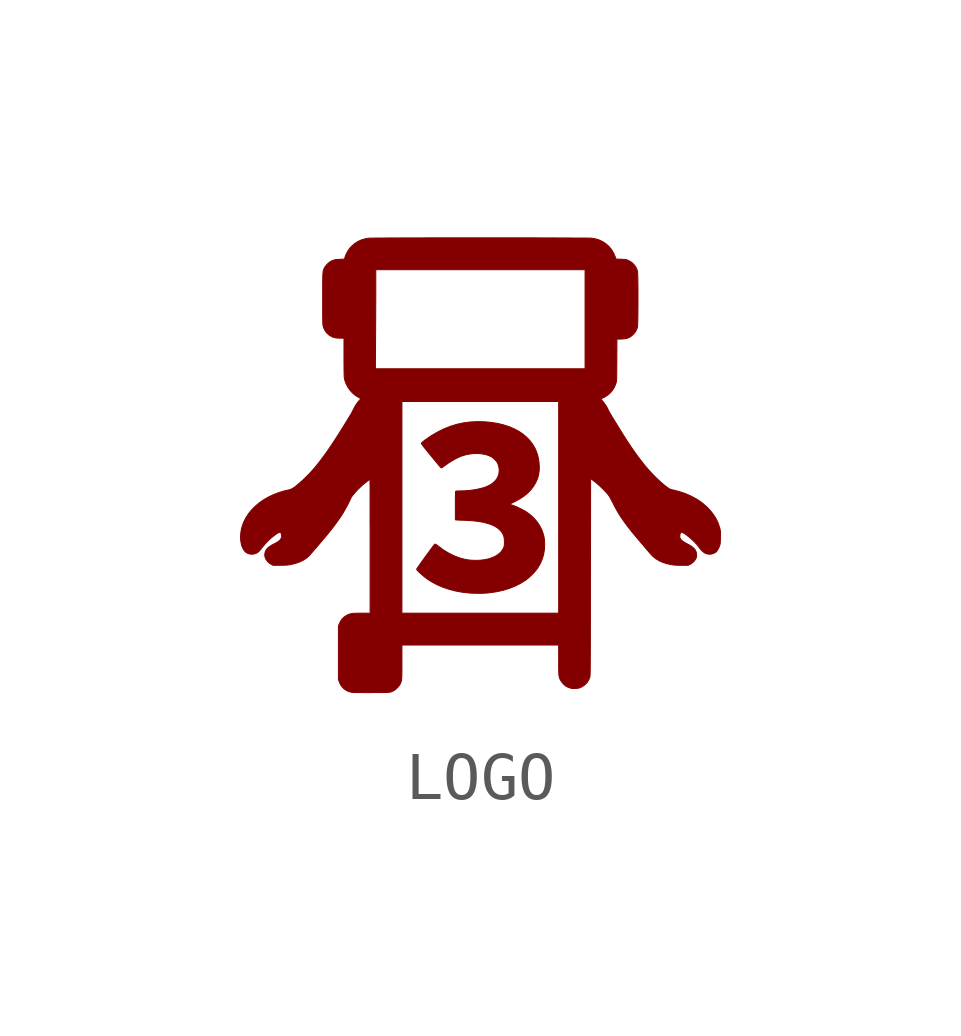
<source format=kicad_sym>
(kicad_symbol_lib
  (version 20220914)
  (generator "bitmap2component")
  (generator_version "8.0")
  (symbol "LOGO"
    (pin_names
      (offset 1.016))
    (property "Reference" "#G"
      (at 0 4.366 0)
      (effects (font (size 1.27 1.27)) hide))
    (symbol "LOGO_0_0"
      (polyline (pts (xy -2.266 -4.992) (xy -2.264 -4.992) (xy -2.186 -4.992) (xy -2.119 -4.992) (xy -2.062 -4.992) (xy -2.014 -4.991) (xy -1.974 -4.99) (xy -1.942 -4.989) (xy -1.915 -4.987) (xy -1.893 -4.985) (xy -1.875 -4.982) (xy -1.86 -4.978) (xy -1.846 -4.973) (xy -1.833 -4.967) (xy -1.819 -4.961) (xy -1.804 -4.953) (xy -1.792 -4.946) (xy -1.765 -4.926) (xy -1.736 -4.899) (xy -1.708 -4.87) (xy -1.684 -4.84) (xy -1.668 -4.814) (xy -1.666 -4.81) (xy -1.659 -4.795) (xy -1.653 -4.78) (xy -1.648 -4.765) (xy -1.644 -4.749) (xy -1.64 -4.73) (xy -1.638 -4.707) (xy -1.635 -4.679) (xy -1.634 -4.645) (xy -1.633 -4.605) (xy -1.632 -4.556) (xy -1.632 -4.498) (xy -1.632 -4.429) (xy -1.632 -4.349) (xy -1.632 -4.001) (xy 0 -4.001) (xy 1.632 -4.001) (xy 1.632 -4.309) (xy 1.632 -4.354) (xy 1.632 -4.422) (xy 1.632 -4.479) (xy 1.633 -4.527) (xy 1.634 -4.566) (xy 1.635 -4.598) (xy 1.637 -4.625) (xy 1.64 -4.647) (xy 1.644 -4.666) (xy 1.649 -4.682) (xy 1.654 -4.698) (xy 1.661 -4.713) (xy 1.669 -4.731) (xy 1.674 -4.739) (xy 1.695 -4.771) (xy 1.723 -4.805) (xy 1.755 -4.836) (xy 1.786 -4.86) (xy 1.787 -4.861) (xy 1.807 -4.872) (xy 1.834 -4.883) (xy 1.861 -4.893) (xy 1.879 -4.899) (xy 1.9 -4.904) (xy 1.921 -4.906) (xy 1.946 -4.907) (xy 1.979 -4.906) (xy 1.998 -4.905) (xy 2.026 -4.903) (xy 2.048 -4.899) (xy 2.067 -4.894) (xy 2.088 -4.885) (xy 2.12 -4.869) (xy 2.174 -4.833) (xy 2.218 -4.79) (xy 2.253 -4.737) (xy 2.28 -4.676) (xy 2.28 -4.675) (xy 2.281 -4.672) (xy 2.282 -4.667) (xy 2.283 -4.662) (xy 2.284 -4.655) (xy 2.284 -4.645) (xy 2.285 -4.634) (xy 2.286 -4.62) (xy 2.287 -4.602) (xy 2.287 -4.581) (xy 2.288 -4.556) (xy 2.288 -4.526) (xy 2.289 -4.492) (xy 2.289 -4.452) (xy 2.29 -4.407) (xy 2.29 -4.356) (xy 2.29 -4.298) (xy 2.291 -4.234) (xy 2.291 -4.162) (xy 2.291 -4.083) (xy 2.292 -3.995) (xy 2.292 -3.899) (xy 2.292 -3.794) (xy 2.292 -3.68) (xy 2.293 -3.557) (xy 2.293 -3.423) (xy 2.293 -3.279) (xy 2.293 -3.123) (xy 2.294 -2.957) (xy 2.294 -2.779) (xy 2.294 -2.589) (xy 2.297 -0.535) (xy 2.376 -0.594) (xy 2.378 -0.596) (xy 2.418 -0.628) (xy 2.462 -0.666) (xy 2.507 -0.708) (xy 2.552 -0.751) (xy 2.594 -0.794) (xy 2.631 -0.834) (xy 2.661 -0.869) (xy 2.676 -0.89) (xy 2.699 -0.926) (xy 2.723 -0.97) (xy 2.749 -1.019) (xy 2.764 -1.048) (xy 2.798 -1.116) (xy 2.831 -1.176) (xy 2.862 -1.232) (xy 2.895 -1.285) (xy 2.93 -1.34) (xy 2.97 -1.398) (xy 3.016 -1.463) (xy 3.033 -1.485) (xy 3.057 -1.518) (xy 3.086 -1.555) (xy 3.116 -1.593) (xy 3.145 -1.63) (xy 3.171 -1.663) (xy 3.192 -1.688) (xy 3.193 -1.689) (xy 3.204 -1.702) (xy 3.22 -1.721) (xy 3.239 -1.744) (xy 3.261 -1.77) (xy 3.276 -1.787) (xy 3.3 -1.816) (xy 3.327 -1.848) (xy 3.355 -1.882) (xy 3.384 -1.915) (xy 3.412 -1.948) (xy 3.437 -1.978) (xy 3.459 -2.004) (xy 3.477 -2.025) (xy 3.489 -2.038) (xy 3.494 -2.044) (xy 3.495 -2.045) (xy 3.501 -2.052) (xy 3.513 -2.067) (xy 3.528 -2.085) (xy 3.54 -2.099) (xy 3.595 -2.156) (xy 3.655 -2.205) (xy 3.721 -2.245) (xy 3.794 -2.279) (xy 3.877 -2.306) (xy 3.97 -2.327) (xy 3.98 -2.329) (xy 4.006 -2.333) (xy 4.032 -2.336) (xy 4.061 -2.338) (xy 4.094 -2.34) (xy 4.135 -2.341) (xy 4.186 -2.341) (xy 4.329 -2.341) (xy 4.371 -2.321) (xy 4.399 -2.304) (xy 4.436 -2.274) (xy 4.467 -2.239) (xy 4.49 -2.201) (xy 4.497 -2.183) (xy 4.502 -2.158) (xy 4.503 -2.126) (xy 4.501 -2.088) (xy 4.491 -2.052) (xy 4.474 -2.019) (xy 4.448 -1.988) (xy 4.413 -1.958) (xy 4.367 -1.927) (xy 4.31 -1.896) (xy 4.3 -1.891) (xy 4.253 -1.864) (xy 4.216 -1.84) (xy 4.188 -1.816) (xy 4.169 -1.792) (xy 4.157 -1.767) (xy 4.155 -1.757) (xy 4.153 -1.732) (xy 4.156 -1.705) (xy 4.163 -1.682) (xy 4.174 -1.664) (xy 4.187 -1.655) (xy 4.197 -1.655) (xy 4.218 -1.663) (xy 4.245 -1.677) (xy 4.277 -1.699) (xy 4.313 -1.725) (xy 4.351 -1.756) (xy 4.391 -1.79) (xy 4.43 -1.827) (xy 4.468 -1.864) (xy 4.503 -1.901) (xy 4.534 -1.938) (xy 4.559 -1.972) (xy 4.583 -2.003) (xy 4.618 -2.042) (xy 4.654 -2.072) (xy 4.688 -2.093) (xy 4.722 -2.105) (xy 4.769 -2.111) (xy 4.816 -2.107) (xy 4.86 -2.092) (xy 4.879 -2.083) (xy 4.898 -2.072) (xy 4.91 -2.064) (xy 4.913 -2.06) (xy 4.93 -2.039) (xy 4.948 -2.011) (xy 4.965 -1.978) (xy 4.98 -1.943) (xy 4.984 -1.932) (xy 4.989 -1.918) (xy 4.992 -1.904) (xy 4.995 -1.888) (xy 4.997 -1.867) (xy 4.998 -1.841) (xy 4.999 -1.807) (xy 5 -1.762) (xy 5 -1.733) (xy 5.001 -1.694) (xy 5.001 -1.664) (xy 5 -1.641) (xy 4.998 -1.621) (xy 4.995 -1.603) (xy 4.992 -1.585) (xy 4.986 -1.564) (xy 4.986 -1.564) (xy 4.956 -1.471) (xy 4.914 -1.38) (xy 4.86 -1.293) (xy 4.796 -1.209) (xy 4.722 -1.131) (xy 4.639 -1.057) (xy 4.547 -0.99) (xy 4.495 -0.958) (xy 4.385 -0.899) (xy 4.268 -0.848) (xy 4.146 -0.807) (xy 4.021 -0.775) (xy 4.009 -0.772) (xy 3.982 -0.765) (xy 3.958 -0.758) (xy 3.943 -0.752) (xy 3.941 -0.751) (xy 3.918 -0.737) (xy 3.889 -0.716) (xy 3.853 -0.689) (xy 3.814 -0.657) (xy 3.773 -0.622) (xy 3.723 -0.577) (xy 3.643 -0.501) (xy 3.563 -0.418) (xy 3.483 -0.33) (xy 3.403 -0.234) (xy 3.322 -0.13) (xy 3.239 -0.018) (xy 3.155 0.103) (xy 3.067 0.234) (xy 2.976 0.376) (xy 2.882 0.528) (xy 2.866 0.554) (xy 2.844 0.591) (xy 2.821 0.628) (xy 2.799 0.663) (xy 2.764 0.72) (xy 2.734 0.769) (xy 2.71 0.81) (xy 2.691 0.843) (xy 2.676 0.869) (xy 2.665 0.89) (xy 2.658 0.907) (xy 2.655 0.914) (xy 2.635 0.953) (xy 2.609 0.995) (xy 2.579 1.038) (xy 2.546 1.079) (xy 2.508 1.123) (xy 2.548 1.14) (xy 2.592 1.162) (xy 2.657 1.205) (xy 2.714 1.256) (xy 2.762 1.315) (xy 2.8 1.382) (xy 2.827 1.454) (xy 2.828 1.457) (xy 2.83 1.467) (xy 2.833 1.476) (xy 2.834 1.487) (xy 2.836 1.499) (xy 2.838 1.514) (xy 2.839 1.533) (xy 2.84 1.556) (xy 2.84 1.586) (xy 2.841 1.622) (xy 2.841 1.665) (xy 2.842 1.718) (xy 2.842 1.78) (xy 2.843 1.852) (xy 2.843 1.936) (xy 2.845 2.369) (xy 2.919 2.369) (xy 2.969 2.371) (xy 3.023 2.377) (xy 3.069 2.389) (xy 3.109 2.407) (xy 3.147 2.432) (xy 3.185 2.466) (xy 3.198 2.48) (xy 3.232 2.522) (xy 3.255 2.566) (xy 3.272 2.616) (xy 3.274 2.628) (xy 3.276 2.653) (xy 3.277 2.688) (xy 3.279 2.731) (xy 3.28 2.783) (xy 3.281 2.842) (xy 3.282 2.906) (xy 3.282 2.975) (xy 3.283 3.047) (xy 3.283 3.122) (xy 3.283 3.198) (xy 3.283 3.274) (xy 3.283 3.349) (xy 3.283 3.421) (xy 3.282 3.491) (xy 3.281 3.555) (xy 3.28 3.614) (xy 3.279 3.667) (xy 3.278 3.711) (xy 3.276 3.746) (xy 3.275 3.771) (xy 3.273 3.784) (xy 3.27 3.793) (xy 3.247 3.852) (xy 3.213 3.905) (xy 3.17 3.951) (xy 3.117 3.988) (xy 3.057 4.017) (xy 3.055 4.018) (xy 3.036 4.023) (xy 3.01 4.027) (xy 2.974 4.029) (xy 2.927 4.032) (xy 2.825 4.035) (xy 2.808 4.086) (xy 2.775 4.163) (xy 2.732 4.233) (xy 2.68 4.296) (xy 2.62 4.35) (xy 2.553 4.395) (xy 2.479 4.431) (xy 2.399 4.456) (xy 2.315 4.47) (xy 2.308 4.47) (xy 2.287 4.471) (xy 2.255 4.471) (xy 2.212 4.472) (xy 2.158 4.472) (xy 2.094 4.473) (xy 2.021 4.473) (xy 1.939 4.473) (xy 1.849 4.474) (xy 1.751 4.474) (xy 1.646 4.474) (xy 1.534 4.475) (xy 1.417 4.475) (xy 1.293 4.475) (xy 1.165 4.476) (xy 1.032 4.476) (xy 0.895 4.476) (xy 0.755 4.476) (xy 0.612 4.476) (xy 0.467 4.476) (xy 0.32 4.476) (xy 0.172 4.476) (xy 0.023 4.476) (xy -0.126 4.476) (xy -0.274 4.476) (xy -0.422 4.476) (xy -0.568 4.476) (xy -0.711 4.476) (xy -0.852 4.476) (xy -0.99 4.476) (xy -1.124 4.476) (xy -1.254 4.475) (xy -1.379 4.475) (xy -1.499 4.475) (xy -1.612 4.475) (xy -1.72 4.474) (xy -1.82 4.474) (xy -1.912 4.474) (xy -1.997 4.473) (xy -2.072 4.473) (xy -2.139 4.472) (xy -2.196 4.472) (xy -2.242 4.471) (xy -2.278 4.471) (xy -2.302 4.47) (xy -2.314 4.47) (xy -2.378 4.461) (xy -2.461 4.439) (xy -2.538 4.406) (xy -2.61 4.362) (xy -2.676 4.306) (xy -2.701 4.28) (xy -2.738 4.233) (xy -2.771 4.179) (xy -2.798 4.125) (xy -2.817 4.072) (xy -2.827 4.034) (xy -2.916 4.03) (xy -2.961 4.027) (xy -2.997 4.024) (xy -3.025 4.02) (xy -3.05 4.014) (xy -3.074 4.005) (xy -3.1 3.994) (xy -3.132 3.974) (xy -3.167 3.947) (xy -3.199 3.915) (xy -3.227 3.882) (xy -3.246 3.85) (xy -3.251 3.841) (xy -3.256 3.829) (xy -3.261 3.817) (xy -3.265 3.805) (xy -3.269 3.791) (xy -3.272 3.775) (xy -3.274 3.756) (xy -3.276 3.733) (xy -3.278 3.705) (xy -3.279 3.672) (xy -3.28 3.632) (xy -3.281 3.585) (xy -3.281 3.529) (xy -3.282 3.465) (xy -3.282 3.39) (xy -3.282 3.304) (xy -3.282 3.208) (xy -3.282 3.124) (xy -3.282 3.039) (xy -3.282 2.966) (xy -3.282 2.902) (xy -3.281 2.848) (xy -3.281 2.802) (xy -3.28 2.764) (xy -3.28 2.732) (xy -3.279 2.707) (xy -3.278 2.686) (xy -3.277 2.67) (xy -3.275 2.657) (xy -3.274 2.647) (xy -3.272 2.639) (xy -3.259 2.597) (xy -3.23 2.541) (xy -3.192 2.492) (xy -3.146 2.451) (xy -3.091 2.419) (xy -3.08 2.414) (xy -3.045 2.402) (xy -3.007 2.394) (xy -2.962 2.389) (xy -2.909 2.388) (xy -2.838 2.388) (xy -2.838 1.996) (xy -2.838 1.961) (xy -2.838 1.882) (xy -2.837 1.81) (xy -2.837 1.75) (xy -2.184 1.75) (xy -2.18 2.468) (xy -2.179 2.551) (xy -2.179 2.654) (xy -2.178 2.758) (xy -2.178 2.86) (xy -2.177 2.961) (xy -2.177 3.058) (xy -2.176 3.151) (xy -2.176 3.238) (xy -2.176 3.317) (xy -2.176 3.388) (xy -2.176 3.45) (xy -2.176 3.499) (xy -2.176 3.813) (xy 0.003 3.813) (xy 2.182 3.813) (xy 2.182 2.782) (xy 2.182 1.75) (xy -0.001 1.75) (xy -2.184 1.75) (xy -2.837 1.75) (xy -2.837 1.745) (xy -2.836 1.689) (xy -2.835 1.642) (xy -2.834 1.605) (xy -2.833 1.579) (xy -2.832 1.564) (xy -2.82 1.51) (xy -2.793 1.435) (xy -2.756 1.365) (xy -2.709 1.299) (xy -2.654 1.24) (xy -2.59 1.189) (xy -2.521 1.148) (xy -2.509 1.141) (xy -2.495 1.131) (xy -2.492 1.123) (xy -2.493 1.122) (xy -2.502 1.111) (xy -2.515 1.095) (xy -2.532 1.075) (xy -2.55 1.054) (xy -2.576 1.02) (xy -2.599 0.984) (xy -2.622 0.943) (xy -2.647 0.893) (xy -2.661 0.865) (xy -2.677 0.835) (xy -2.691 0.809) (xy -2.702 0.791) (xy -2.715 0.771) (xy -2.731 0.744) (xy -2.747 0.719) (xy -2.783 0.659) (xy -2.871 0.516) (xy -2.954 0.384) (xy -3.033 0.262) (xy -3.108 0.148) (xy -3.18 0.043) (xy -3.249 -0.054) (xy -3.316 -0.144) (xy -3.381 -0.228) (xy -3.445 -0.306) (xy -3.508 -0.378) (xy -3.571 -0.446) (xy -3.635 -0.51) (xy -3.698 -0.571) (xy -3.764 -0.629) (xy -3.792 -0.653) (xy -3.833 -0.687) (xy -3.867 -0.714) (xy -3.896 -0.734) (xy -3.923 -0.749) (xy -3.948 -0.76) (xy -3.974 -0.769) (xy -4.001 -0.775) (xy -4.003 -0.775) (xy -4.104 -0.799) (xy -4.206 -0.831) (xy -4.308 -0.871) (xy -4.406 -0.917) (xy -4.497 -0.969) (xy -4.579 -1.024) (xy -4.598 -1.038) (xy -4.686 -1.112) (xy -4.762 -1.189) (xy -4.827 -1.27) (xy -4.883 -1.356) (xy -4.928 -1.447) (xy -4.929 -1.45) (xy -4.956 -1.523) (xy -4.976 -1.598) (xy -4.987 -1.673) (xy -4.992 -1.748) (xy -4.989 -1.819) (xy -4.978 -1.887) (xy -4.961 -1.949) (xy -4.936 -2.003) (xy -4.904 -2.049) (xy -4.886 -2.067) (xy -4.849 -2.09) (xy -4.807 -2.105) (xy -4.761 -2.111) (xy -4.715 -2.107) (xy -4.672 -2.094) (xy -4.657 -2.087) (xy -4.633 -2.072) (xy -4.609 -2.052) (xy -4.584 -2.025) (xy -4.556 -1.989) (xy -4.546 -1.976) (xy -4.476 -1.892) (xy -4.403 -1.816) (xy -4.327 -1.749) (xy -4.251 -1.693) (xy -4.25 -1.692) (xy -4.224 -1.675) (xy -4.205 -1.664) (xy -4.192 -1.658) (xy -4.18 -1.656) (xy -4.168 -1.656) (xy -4.162 -1.658) (xy -4.151 -1.67) (xy -4.142 -1.69) (xy -4.137 -1.714) (xy -4.135 -1.739) (xy -4.139 -1.762) (xy -4.146 -1.78) (xy -4.164 -1.808) (xy -4.191 -1.835) (xy -4.229 -1.861) (xy -4.278 -1.888) (xy -4.291 -1.895) (xy -4.333 -1.917) (xy -4.366 -1.936) (xy -4.392 -1.954) (xy -4.413 -1.97) (xy -4.432 -1.988) (xy -4.451 -2.011) (xy -4.474 -2.053) (xy -4.486 -2.098) (xy -4.487 -2.144) (xy -4.476 -2.19) (xy -4.476 -2.191) (xy -4.457 -2.227) (xy -4.428 -2.263) (xy -4.394 -2.295) (xy -4.356 -2.32) (xy -4.317 -2.341) (xy -4.17 -2.341) (xy -4.139 -2.341) (xy -4.094 -2.34) (xy -4.058 -2.339) (xy -4.028 -2.337) (xy -4.002 -2.335) (xy -3.977 -2.331) (xy -3.95 -2.327) (xy -3.947 -2.326) (xy -3.851 -2.303) (xy -3.764 -2.273) (xy -3.688 -2.237) (xy -3.622 -2.195) (xy -3.567 -2.146) (xy -3.558 -2.137) (xy -3.541 -2.117) (xy -3.517 -2.09) (xy -3.489 -2.058) (xy -3.458 -2.022) (xy -3.425 -1.984) (xy -3.391 -1.944) (xy -3.358 -1.906) (xy -3.328 -1.87) (xy -3.301 -1.838) (xy -3.286 -1.821) (xy -3.265 -1.796) (xy -3.247 -1.775) (xy -3.243 -1.77) (xy -3.225 -1.75) (xy -3.205 -1.725) (xy -3.185 -1.7) (xy -3.176 -1.69) (xy -3.159 -1.669) (xy -3.145 -1.651) (xy -3.136 -1.641) (xy -3.134 -1.638) (xy -3.119 -1.62) (xy -3.098 -1.594) (xy -3.074 -1.562) (xy -3.046 -1.526) (xy -3.017 -1.486) (xy -2.988 -1.447) (xy -2.961 -1.408) (xy -2.935 -1.372) (xy -2.914 -1.341) (xy -2.891 -1.306) (xy -2.855 -1.249) (xy -2.82 -1.188) (xy -2.785 -1.127) (xy -2.753 -1.067) (xy -2.726 -1.011) (xy -2.704 -0.963) (xy -2.701 -0.957) (xy -2.693 -0.94) (xy -2.685 -0.925) (xy -2.674 -0.908) (xy -2.659 -0.889) (xy -2.639 -0.864) (xy -2.612 -0.832) (xy -2.548 -0.761) (xy -2.455 -0.673) (xy -2.356 -0.593) (xy -2.335 -0.577) (xy -2.315 -0.563) (xy -2.302 -0.554) (xy -2.296 -0.55) (xy -2.296 -0.551) (xy -2.296 -0.561) (xy -2.296 -0.583) (xy -2.296 -0.617) (xy -2.296 -0.661) (xy -2.295 -0.715) (xy -2.295 -0.778) (xy -2.295 -0.851) (xy -2.295 -0.932) (xy -2.295 -1.02) (xy -2.295 -1.116) (xy -2.295 -1.135) (xy -1.632 -1.135) (xy -1.632 1.069) (xy 0 1.069) (xy 1.632 1.069) (xy 1.632 -1.135) (xy 1.632 -3.338) (xy 0 -3.338) (xy -1.632 -3.338) (xy -1.632 -1.135) (xy -2.295 -1.135) (xy -2.295 -1.219) (xy -2.295 -1.328) (xy -2.295 -1.442) (xy -2.294 -1.562) (xy -2.294 -1.685) (xy -2.294 -1.813) (xy -2.294 -1.944) (xy -2.294 -3.338) (xy -2.458 -3.338) (xy -2.495 -3.339) (xy -2.54 -3.339) (xy -2.583 -3.34) (xy -2.619 -3.341) (xy -2.648 -3.343) (xy -2.666 -3.345) (xy -2.719 -3.356) (xy -2.777 -3.38) (xy -2.83 -3.414) (xy -2.875 -3.457) (xy -2.912 -3.51) (xy -2.94 -3.571) (xy -2.954 -3.61) (xy -2.954 -4.163) (xy -2.954 -4.717) (xy -2.939 -4.759) (xy -2.933 -4.775) (xy -2.914 -4.818) (xy -2.892 -4.854) (xy -2.864 -4.888) (xy -2.84 -4.911) (xy -2.788 -4.948) (xy -2.731 -4.974) (xy -2.669 -4.988) (xy -2.66 -4.989) (xy -2.638 -4.99) (xy -2.606 -4.991) (xy -2.564 -4.991) (xy -2.515 -4.992) (xy -2.459 -4.992) (xy -2.399 -4.993) (xy -2.334 -4.993) (xy -2.266 -4.992)) (stroke (width 0.01) (type default)) (fill (type outline)))
      (polyline (pts (xy 0.045 -2.924) (xy 0.097 -2.922) (xy 0.141 -2.919) (xy 0.193 -2.914) (xy 0.336 -2.893) (xy 0.473 -2.863) (xy 0.603 -2.823) (xy 0.725 -2.775) (xy 0.84 -2.717) (xy 0.945 -2.651) (xy 0.96 -2.64) (xy 1.001 -2.607) (xy 1.044 -2.568) (xy 1.088 -2.525) (xy 1.129 -2.482) (xy 1.165 -2.439) (xy 1.193 -2.402) (xy 1.196 -2.397) (xy 1.248 -2.309) (xy 1.288 -2.218) (xy 1.317 -2.123) (xy 1.334 -2.024) (xy 1.34 -1.919) (xy 1.34 -1.883) (xy 1.337 -1.825) (xy 1.331 -1.772) (xy 1.32 -1.722) (xy 1.305 -1.669) (xy 1.284 -1.61) (xy 1.241 -1.524) (xy 1.188 -1.442) (xy 1.124 -1.367) (xy 1.05 -1.297) (xy 0.966 -1.234) (xy 0.939 -1.217) (xy 0.864 -1.175) (xy 0.782 -1.135) (xy 0.697 -1.1) (xy 0.613 -1.071) (xy 0.614 -1.069) (xy 0.623 -1.062) (xy 0.64 -1.053) (xy 0.664 -1.042) (xy 0.729 -1.011) (xy 0.827 -0.956) (xy 0.914 -0.898) (xy 0.991 -0.835) (xy 1.056 -0.767) (xy 1.111 -0.694) (xy 1.156 -0.616) (xy 1.161 -0.606) (xy 1.186 -0.55) (xy 1.204 -0.495) (xy 1.217 -0.439) (xy 1.226 -0.374) (xy 1.228 -0.352) (xy 1.229 -0.279) (xy 1.223 -0.2) (xy 1.211 -0.12) (xy 1.193 -0.042) (xy 1.169 0.029) (xy 1.143 0.088) (xy 1.093 0.174) (xy 1.034 0.253) (xy 0.965 0.326) (xy 0.886 0.392) (xy 0.798 0.451) (xy 0.701 0.502) (xy 0.596 0.547) (xy 0.483 0.583) (xy 0.363 0.612) (xy 0.235 0.633) (xy 0.1 0.646) (xy -0.041 0.65) (xy -0.059 0.65) (xy -0.206 0.643) (xy -0.349 0.624) (xy -0.489 0.594) (xy -0.627 0.551) (xy -0.762 0.497) (xy -0.896 0.43) (xy -1.028 0.352) (xy -1.158 0.261) (xy -1.175 0.248) (xy -1.197 0.231) (xy -1.212 0.218) (xy -1.22 0.209) (xy -1.224 0.201) (xy -1.224 0.193) (xy -1.222 0.187) (xy -1.211 0.171) (xy -1.193 0.146) (xy -1.167 0.112) (xy -1.133 0.069) (xy -1.091 0.017) (xy -1.041 -0.044) (xy -1.022 -0.067) (xy -0.978 -0.121) (xy -0.94 -0.167) (xy -0.909 -0.205) (xy -0.883 -0.235) (xy -0.863 -0.26) (xy -0.847 -0.278) (xy -0.835 -0.292) (xy -0.826 -0.301) (xy -0.82 -0.307) (xy -0.815 -0.311) (xy -0.812 -0.312) (xy -0.809 -0.313) (xy -0.805 -0.311) (xy -0.792 -0.304) (xy -0.773 -0.291) (xy -0.751 -0.276) (xy -0.739 -0.266) (xy -0.667 -0.215) (xy -0.593 -0.168) (xy -0.521 -0.127) (xy -0.451 -0.092) (xy -0.388 -0.066) (xy -0.308 -0.042) (xy -0.225 -0.025) (xy -0.14 -0.015) (xy -0.057 -0.014) (xy 0.024 -0.02) (xy 0.1 -0.033) (xy 0.17 -0.054) (xy 0.231 -0.083) (xy 0.254 -0.098) (xy 0.285 -0.123) (xy 0.315 -0.153) (xy 0.341 -0.183) (xy 0.358 -0.21) (xy 0.377 -0.258) (xy 0.391 -0.318) (xy 0.394 -0.379) (xy 0.387 -0.439) (xy 0.37 -0.492) (xy 0.341 -0.545) (xy 0.301 -0.594) (xy 0.251 -0.637) (xy 0.191 -0.675) (xy 0.122 -0.707) (xy 0.091 -0.719) (xy 0.018 -0.74) (xy -0.064 -0.758) (xy -0.152 -0.773) (xy -0.245 -0.785) (xy -0.339 -0.791) (xy -0.432 -0.794) (xy -0.454 -0.794) (xy -0.479 -0.795) (xy -0.499 -0.796) (xy -0.509 -0.798) (xy -0.51 -0.798) (xy -0.512 -0.802) (xy -0.514 -0.808) (xy -0.515 -0.819) (xy -0.517 -0.835) (xy -0.517 -0.857) (xy -0.518 -0.886) (xy -0.518 -0.924) (xy -0.519 -0.971) (xy -0.519 -1.029) (xy -0.519 -1.098) (xy -0.519 -1.394) (xy -0.505 -1.397) (xy -0.503 -1.397) (xy -0.49 -1.398) (xy -0.467 -1.399) (xy -0.436 -1.401) (xy -0.4 -1.402) (xy -0.359 -1.403) (xy -0.282 -1.406) (xy -0.156 -1.415) (xy -0.041 -1.428) (xy 0.062 -1.446) (xy 0.154 -1.47) (xy 0.235 -1.497) (xy 0.305 -1.53) (xy 0.364 -1.568) (xy 0.413 -1.611) (xy 0.451 -1.659) (xy 0.468 -1.687) (xy 0.485 -1.723) (xy 0.496 -1.762) (xy 0.501 -1.805) (xy 0.503 -1.857) (xy 0.503 -1.887) (xy 0.501 -1.915) (xy 0.499 -1.935) (xy 0.495 -1.953) (xy 0.488 -1.971) (xy 0.475 -1.999) (xy 0.442 -2.05) (xy 0.397 -2.095) (xy 0.343 -2.135) (xy 0.279 -2.169) (xy 0.206 -2.197) (xy 0.173 -2.207) (xy 0.082 -2.226) (xy -0.014 -2.237) (xy -0.113 -2.239) (xy -0.212 -2.234) (xy -0.307 -2.22) (xy -0.397 -2.198) (xy -0.424 -2.19) (xy -0.543 -2.145) (xy -0.658 -2.088) (xy -0.769 -2.021) (xy -0.872 -1.944) (xy -0.89 -1.93) (xy -0.911 -1.915) (xy -0.928 -1.904) (xy -0.937 -1.9) (xy -0.938 -1.9) (xy -0.941 -1.901) (xy -0.944 -1.902) (xy -0.948 -1.905) (xy -0.954 -1.91) (xy -0.961 -1.918) (xy -0.971 -1.93) (xy -0.985 -1.947) (xy -1.002 -1.97) (xy -1.023 -1.999) (xy -1.05 -2.035) (xy -1.082 -2.078) (xy -1.12 -2.131) (xy -1.165 -2.192) (xy -1.187 -2.222) (xy -1.219 -2.267) (xy -1.248 -2.308) (xy -1.274 -2.345) (xy -1.295 -2.375) (xy -1.312 -2.4) (xy -1.322 -2.416) (xy -1.325 -2.423) (xy -1.325 -2.425) (xy -1.318 -2.438) (xy -1.302 -2.457) (xy -1.279 -2.48) (xy -1.252 -2.506) (xy -1.219 -2.535) (xy -1.185 -2.564) (xy -1.149 -2.593) (xy -1.113 -2.62) (xy -1.079 -2.644) (xy -1.007 -2.689) (xy -0.896 -2.748) (xy -0.776 -2.799) (xy -0.648 -2.842) (xy -0.515 -2.877) (xy -0.377 -2.902) (xy -0.234 -2.918) (xy -0.188 -2.921) (xy -0.134 -2.923) (xy -0.074 -2.924) (xy -0.014 -2.925) (xy 0.045 -2.924)) (stroke (width 0.01) (type default)) (fill (type outline))))))
</source>
